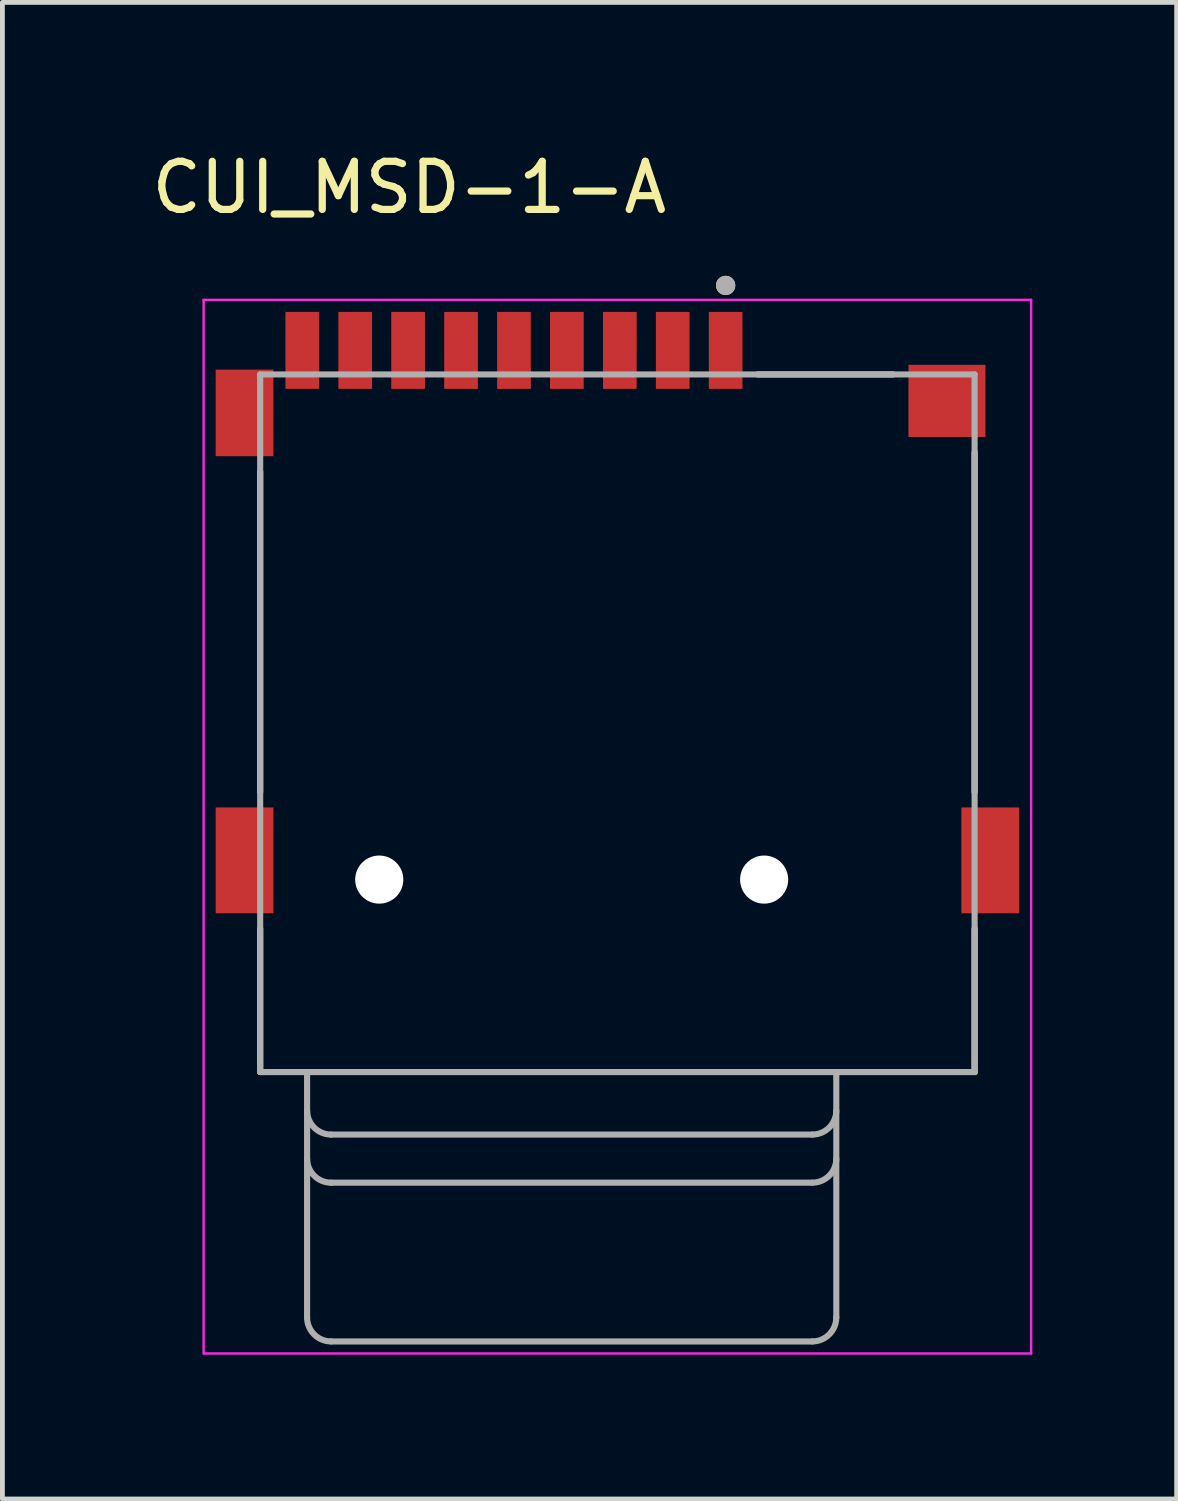
<source format=kicad_pcb>
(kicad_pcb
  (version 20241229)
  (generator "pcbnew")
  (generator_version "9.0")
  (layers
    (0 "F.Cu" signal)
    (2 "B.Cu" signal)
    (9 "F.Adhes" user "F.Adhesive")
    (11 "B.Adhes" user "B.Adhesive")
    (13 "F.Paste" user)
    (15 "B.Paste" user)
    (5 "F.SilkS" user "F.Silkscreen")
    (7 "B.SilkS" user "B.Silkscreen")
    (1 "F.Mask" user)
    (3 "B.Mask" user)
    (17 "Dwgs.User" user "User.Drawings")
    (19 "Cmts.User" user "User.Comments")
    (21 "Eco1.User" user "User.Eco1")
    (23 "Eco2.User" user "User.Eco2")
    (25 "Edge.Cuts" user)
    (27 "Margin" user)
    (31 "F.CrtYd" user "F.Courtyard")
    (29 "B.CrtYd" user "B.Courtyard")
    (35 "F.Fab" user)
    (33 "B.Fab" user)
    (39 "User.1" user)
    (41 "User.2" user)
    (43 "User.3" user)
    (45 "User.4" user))
  (footprint "CUI_MSD-1-A"
    (layer "F.Cu")
    (at 9.783 11.983)
    (property "Reference" "CUI_MSD-1-A" (at -4.325 -11.135 0) (layer "F.SilkS") (effects (font (size 1 1) (thickness 0.15))))
    (attr smd)
    (fp_line (start -7.425 -5.23) (end -7.425 1.43) (stroke (width 0.127) (type solid)) (layer "F.SilkS"))
    (fp_line (start -7.425 4.27) (end -7.425 7.25) (stroke (width 0.127) (type solid)) (layer "F.SilkS"))
    (fp_line (start -7.425 7.25) (end 7.425 7.25) (stroke (width 0.127) (type solid)) (layer "F.SilkS"))
    (fp_line (start 5.73 -7.25) (end 2.92 -7.25) (stroke (width 0.127) (type solid)) (layer "F.SilkS"))
    (fp_line (start 7.425 -5.63) (end 7.425 1.43) (stroke (width 0.127) (type solid)) (layer "F.SilkS"))
    (fp_line (start 7.425 4.27) (end 7.425 7.25) (stroke (width 0.127) (type solid)) (layer "F.SilkS"))
    (fp_circle (center 2.25 -9.1) (end 2.35 -9.1) (stroke (width 0.2) (type solid)) (fill no) (layer "F.SilkS"))
    (fp_line (start -8.6 -8.8) (end 8.6 -8.8) (stroke (width 0.05) (type solid)) (layer "F.CrtYd"))
    (fp_line (start -8.6 13.1) (end -8.6 -8.8) (stroke (width 0.05) (type solid)) (layer "F.CrtYd"))
    (fp_line (start 8.6 -8.8) (end 8.6 13.1) (stroke (width 0.05) (type solid)) (layer "F.CrtYd"))
    (fp_line (start 8.6 13.1) (end -8.6 13.1) (stroke (width 0.05) (type solid)) (layer "F.CrtYd"))
    (fp_line (start -7.425 -7.25) (end -7.425 7.25) (stroke (width 0.127) (type solid)) (layer "F.Fab"))
    (fp_line (start -7.425 7.25) (end -6.45 7.25) (stroke (width 0.127) (type solid)) (layer "F.Fab"))
    (fp_line (start -6.45 7.25) (end -6.45 12.35) (stroke (width 0.127) (type solid)) (layer "F.Fab"))
    (fp_line (start -6.45 7.25) (end 4.55 7.25) (stroke (width 0.127) (type solid)) (layer "F.Fab"))
    (fp_line (start -5.95 8.55) (end 4.05 8.55) (stroke (width 0.127) (type solid)) (layer "F.Fab"))
    (fp_line (start -5.95 9.55) (end 4.05 9.55) (stroke (width 0.127) (type solid)) (layer "F.Fab"))
    (fp_line (start -5.95 12.85) (end 4.05 12.85) (stroke (width 0.127) (type solid)) (layer "F.Fab"))
    (fp_line (start 4.55 7.25) (end 7.425 7.25) (stroke (width 0.127) (type solid)) (layer "F.Fab"))
    (fp_line (start 4.55 12.35) (end 4.55 7.25) (stroke (width 0.127) (type solid)) (layer "F.Fab"))
    (fp_line (start 7.425 -7.25) (end -7.425 -7.25) (stroke (width 0.127) (type solid)) (layer "F.Fab"))
    (fp_line (start 7.425 7.25) (end 7.425 -7.25) (stroke (width 0.127) (type solid)) (layer "F.Fab"))
    (fp_arc (start -5.95 8.55) (mid -6.303553 8.403553) (end -6.45 8.05) (stroke (width 0.127) (type solid)) (layer "F.Fab"))
    (fp_arc (start -5.95 9.55) (mid -6.303553 9.403553) (end -6.45 9.05) (stroke (width 0.127) (type solid)) (layer "F.Fab"))
    (fp_arc (start -5.95 12.85) (mid -6.303553 12.703553) (end -6.45 12.35) (stroke (width 0.127) (type solid)) (layer "F.Fab"))
    (fp_arc (start 4.55 8.05) (mid 4.403553 8.403553) (end 4.05 8.55) (stroke (width 0.127) (type solid)) (layer "F.Fab"))
    (fp_arc (start 4.55 9.05) (mid 4.403553 9.403553) (end 4.05 9.55) (stroke (width 0.127) (type solid)) (layer "F.Fab"))
    (fp_arc (start 4.55 12.35) (mid 4.403553 12.703553) (end 4.05 12.85) (stroke (width 0.127) (type solid)) (layer "F.Fab"))
    (fp_circle (center 2.25 -9.1) (end 2.35 -9.1) (stroke (width 0.2) (type solid)) (fill no) (layer "F.Fab"))
    (pad "" np_thru_hole circle (at -4.95 3.25) (size 1 1) (drill 1) (layers "*.Cu" "*.Mask"))
    (pad "" np_thru_hole circle (at 3.05 3.25) (size 1 1) (drill 1) (layers "*.Cu" "*.Mask"))
    (pad "1" smd rect (at 2.25 -7.75) (size 0.7 1.6) (layers "F.Cu" "F.Mask" "F.Paste"))
    (pad "2" smd rect (at 1.15 -7.75) (size 0.7 1.6) (layers "F.Cu" "F.Mask" "F.Paste"))
    (pad "3" smd rect (at 0.05 -7.75) (size 0.7 1.6) (layers "F.Cu" "F.Mask" "F.Paste"))
    (pad "4" smd rect (at -1.05 -7.75) (size 0.7 1.6) (layers "F.Cu" "F.Mask" "F.Paste"))
    (pad "5" smd rect (at -2.15 -7.75) (size 0.7 1.6) (layers "F.Cu" "F.Mask" "F.Paste"))
    (pad "6" smd rect (at -3.25 -7.75) (size 0.7 1.6) (layers "F.Cu" "F.Mask" "F.Paste"))
    (pad "7" smd rect (at -4.35 -7.75) (size 0.7 1.6) (layers "F.Cu" "F.Mask" "F.Paste"))
    (pad "8" smd rect (at -5.45 -7.75) (size 0.7 1.6) (layers "F.Cu" "F.Mask" "F.Paste"))
    (pad "CD" smd rect (at -6.55 -7.75) (size 0.7 1.6) (layers "F.Cu" "F.Mask" "F.Paste"))
    (pad "G1" smd rect (at -7.75 -6.45) (size 1.2 1.8) (layers "F.Cu" "F.Mask" "F.Paste"))
    (pad "G2" smd rect (at 6.85 -6.7) (size 1.6 1.5) (layers "F.Cu" "F.Mask" "F.Paste"))
    (pad "G3" smd rect (at -7.75 2.85) (size 1.2 2.2) (layers "F.Cu" "F.Mask" "F.Paste"))
    (pad "G4" smd rect (at 7.75 2.85) (size 1.2 2.2) (layers "F.Cu" "F.Mask" "F.Paste")))
  (gr_rect
    (start -3 -3)
    (end 21.408 28.108)
    (stroke (width 0.1) (type default))
    (fill no)
    (layer "Edge.Cuts")))
</source>
